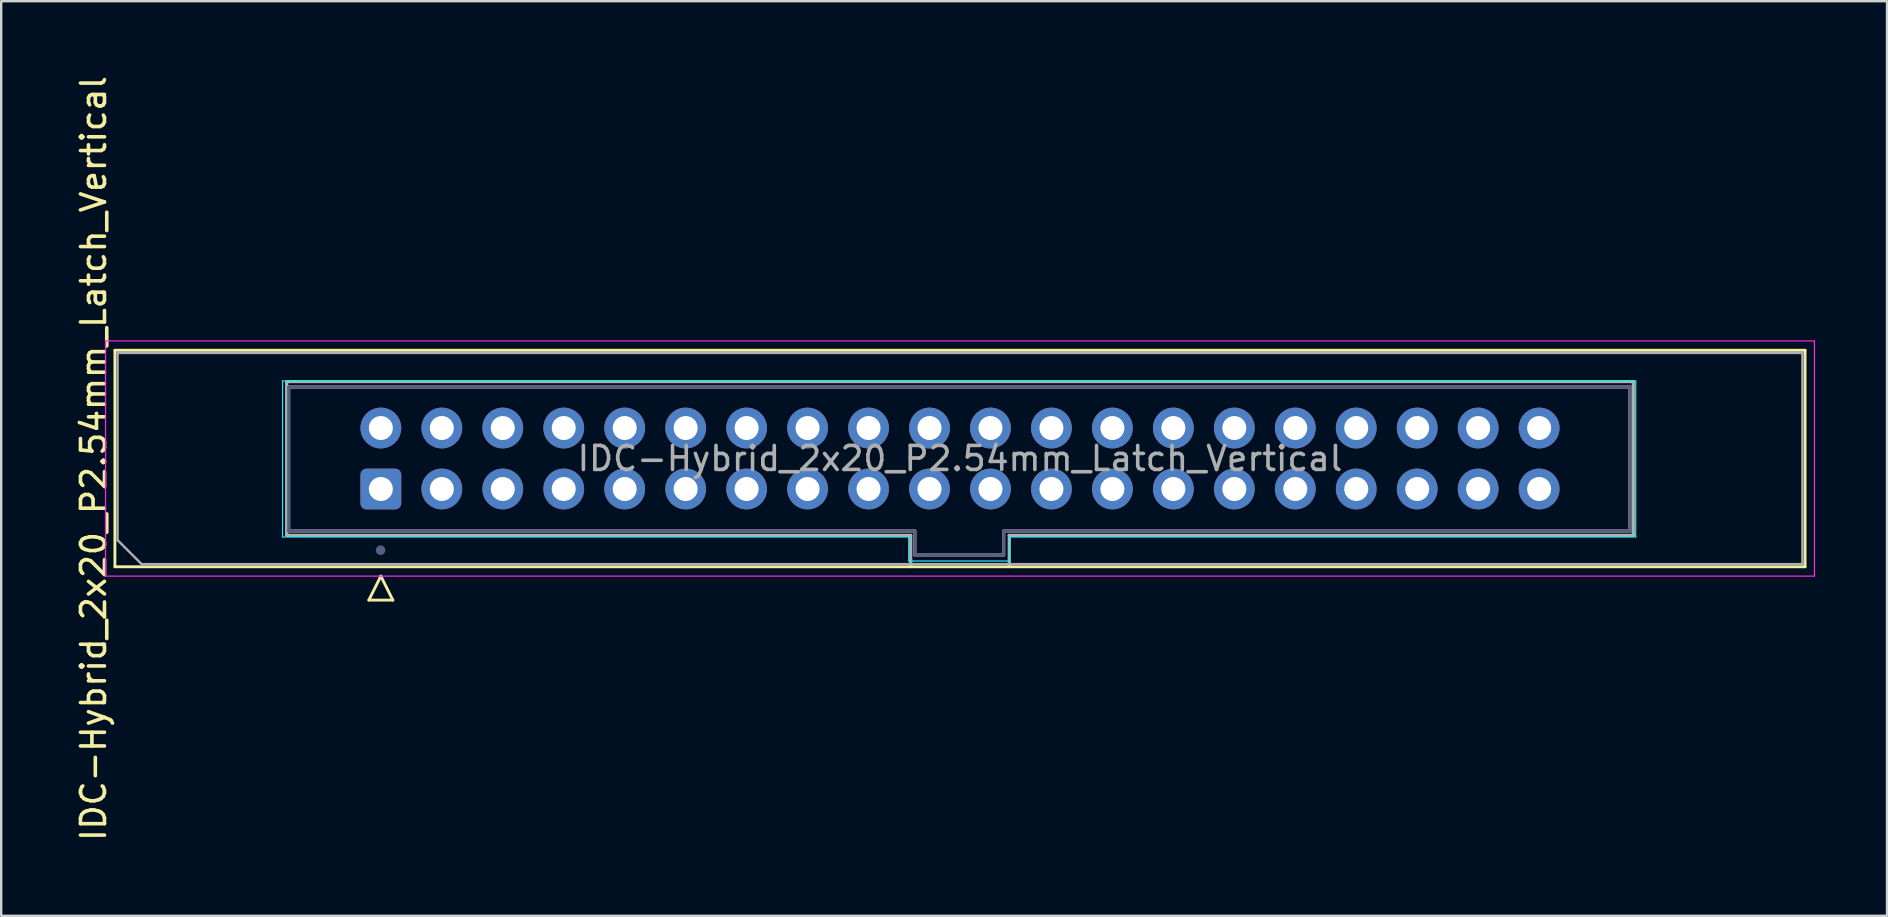
<source format=kicad_pcb>
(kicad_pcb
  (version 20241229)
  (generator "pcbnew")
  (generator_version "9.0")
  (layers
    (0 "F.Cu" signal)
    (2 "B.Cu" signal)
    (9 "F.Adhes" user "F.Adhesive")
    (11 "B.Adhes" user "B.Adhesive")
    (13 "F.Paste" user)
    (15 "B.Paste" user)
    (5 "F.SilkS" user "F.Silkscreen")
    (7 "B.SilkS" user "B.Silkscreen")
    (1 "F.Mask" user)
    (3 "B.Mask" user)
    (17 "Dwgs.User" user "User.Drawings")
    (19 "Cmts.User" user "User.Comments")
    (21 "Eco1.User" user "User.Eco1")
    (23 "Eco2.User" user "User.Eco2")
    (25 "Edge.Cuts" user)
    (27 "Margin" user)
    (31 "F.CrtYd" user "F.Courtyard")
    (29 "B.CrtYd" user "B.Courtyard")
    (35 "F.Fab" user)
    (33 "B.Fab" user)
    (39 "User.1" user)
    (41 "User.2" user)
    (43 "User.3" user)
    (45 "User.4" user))
  (footprint "IDC-Hybrid_2x20_P2.54mm_Latch_Vertical"
    (layer "F.Cu")
    (at 12.808 17.274)
    (property "Reference" "IDC-Hybrid_2x20_P2.54mm_Latch_Vertical" (at -11.96 -1.22 90) (layer "F.SilkS") (effects (font (size 1 1) (thickness 0.15))))
    (attr through_hole)
    (fp_line (start -11.07 -5.73) (end 59.35 -5.73) (stroke (width 0.12) (type solid)) (layer "F.SilkS"))
    (fp_line (start -11.07 3.29) (end -11.07 -5.73) (stroke (width 0.12) (type solid)) (layer "F.SilkS"))
    (fp_line (start -3.91 -4.42) (end 52.19 -4.42) (stroke (width 0.12) (type solid)) (layer "F.SilkS"))
    (fp_line (start -3.91 1.98) (end -3.91 -4.42) (stroke (width 0.12) (type solid)) (layer "F.SilkS"))
    (fp_line (start -0.49 4.68) (end 0.51 4.68) (stroke (width 0.12) (type solid)) (layer "F.SilkS"))
    (fp_line (start 0.01 3.68) (end -0.49 4.68) (stroke (width 0.12) (type solid)) (layer "F.SilkS"))
    (fp_line (start 0.51 4.68) (end 0.01 3.68) (stroke (width 0.12) (type solid)) (layer "F.SilkS"))
    (fp_line (start 22.09 1.98) (end -3.91 1.98) (stroke (width 0.12) (type solid)) (layer "F.SilkS"))
    (fp_line (start 22.09 3.29) (end 22.09 1.98) (stroke (width 0.12) (type solid)) (layer "F.SilkS"))
    (fp_line (start 26.19 1.98) (end 26.19 1.98) (stroke (width 0.12) (type solid)) (layer "F.SilkS"))
    (fp_line (start 26.19 1.98) (end 26.19 3.29) (stroke (width 0.12) (type solid)) (layer "F.SilkS"))
    (fp_line (start 52.19 -4.42) (end 52.19 1.98) (stroke (width 0.12) (type solid)) (layer "F.SilkS"))
    (fp_line (start 52.19 1.98) (end 26.19 1.98) (stroke (width 0.12) (type solid)) (layer "F.SilkS"))
    (fp_line (start 59.35 -5.73) (end 59.35 3.29) (stroke (width 0.12) (type solid)) (layer "F.SilkS"))
    (fp_line (start 59.35 3.29) (end -11.07 3.29) (stroke (width 0.12) (type solid)) (layer "F.SilkS"))
    (fp_line (start -3.83 -4.2) (end -3.83 1.8) (stroke (width 0.127) (type solid)) (layer "B.SilkS"))
    (fp_line (start -3.83 1.8) (end 22.26 1.8) (stroke (width 0.127) (type solid)) (layer "B.SilkS"))
    (fp_line (start 22.26 1.8) (end 22.26 2.8) (stroke (width 0.127) (type solid)) (layer "B.SilkS"))
    (fp_line (start 22.26 2.8) (end 25.96 2.8) (stroke (width 0.127) (type solid)) (layer "B.SilkS"))
    (fp_line (start 25.96 1.8) (end 52.05 1.8) (stroke (width 0.127) (type solid)) (layer "B.SilkS"))
    (fp_line (start 25.96 2.8) (end 25.96 1.8) (stroke (width 0.127) (type solid)) (layer "B.SilkS"))
    (fp_line (start 52.05 -4.2) (end -3.83 -4.2) (stroke (width 0.127) (type solid)) (layer "B.SilkS"))
    (fp_line (start 52.05 1.8) (end 52.05 -4.2) (stroke (width 0.127) (type solid)) (layer "B.SilkS"))
    (fp_line (start -4.085 -4.45) (end -4.085 2.05) (stroke (width 0.05) (type solid)) (layer "B.CrtYd"))
    (fp_line (start -4.085 2.05) (end 22.005 2.05) (stroke (width 0.05) (type solid)) (layer "B.CrtYd"))
    (fp_line (start 22.005 2.05) (end 22.005 3.05) (stroke (width 0.05) (type solid)) (layer "B.CrtYd"))
    (fp_line (start 22.005 3.05) (end 26.205 3.05) (stroke (width 0.05) (type solid)) (layer "B.CrtYd"))
    (fp_line (start 26.205 2.05) (end 52.295 2.05) (stroke (width 0.05) (type solid)) (layer "B.CrtYd"))
    (fp_line (start 26.205 3.05) (end 26.205 2.05) (stroke (width 0.05) (type solid)) (layer "B.CrtYd"))
    (fp_line (start 52.295 -4.45) (end -4.085 -4.45) (stroke (width 0.05) (type solid)) (layer "B.CrtYd"))
    (fp_line (start 52.295 2.05) (end 52.295 -4.45) (stroke (width 0.05) (type solid)) (layer "B.CrtYd"))
    (fp_line (start -11.46 -6.12) (end -11.46 3.68) (stroke (width 0.05) (type solid)) (layer "F.CrtYd"))
    (fp_line (start -11.46 3.68) (end 59.74 3.68) (stroke (width 0.05) (type solid)) (layer "F.CrtYd"))
    (fp_line (start 59.74 -6.12) (end -11.46 -6.12) (stroke (width 0.05) (type solid)) (layer "F.CrtYd"))
    (fp_line (start 59.74 3.68) (end 59.74 -6.12) (stroke (width 0.05) (type solid)) (layer "F.CrtYd"))
    (fp_line (start -3.83 -4.2) (end -3.83 1.8) (stroke (width 0.127) (type solid)) (layer "B.Fab"))
    (fp_line (start -3.83 1.8) (end 22.26 1.8) (stroke (width 0.127) (type solid)) (layer "B.Fab"))
    (fp_line (start 22.26 1.8) (end 22.26 2.8) (stroke (width 0.127) (type solid)) (layer "B.Fab"))
    (fp_line (start 22.26 2.8) (end 25.96 2.8) (stroke (width 0.127) (type solid)) (layer "B.Fab"))
    (fp_line (start 25.96 1.8) (end 52.05 1.8) (stroke (width 0.127) (type solid)) (layer "B.Fab"))
    (fp_line (start 25.96 2.8) (end 25.96 1.8) (stroke (width 0.127) (type solid)) (layer "B.Fab"))
    (fp_line (start 52.05 -4.2) (end -3.83 -4.2) (stroke (width 0.127) (type solid)) (layer "B.Fab"))
    (fp_line (start 52.05 1.8) (end 52.05 -4.2) (stroke (width 0.127) (type solid)) (layer "B.Fab"))
    (fp_circle (center 0 2.6) (end 0.1 2.6) (stroke (width 0.2) (type solid)) (fill no) (layer "B.Fab"))
    (fp_line (start -10.96 -5.62) (end 59.24 -5.62) (stroke (width 0.1) (type solid)) (layer "F.Fab"))
    (fp_line (start -10.96 2.18) (end -10.96 -5.62) (stroke (width 0.1) (type solid)) (layer "F.Fab"))
    (fp_line (start -9.96 3.18) (end -10.96 2.18) (stroke (width 0.1) (type solid)) (layer "F.Fab"))
    (fp_line (start -3.91 -4.42) (end 52.19 -4.42) (stroke (width 0.1) (type solid)) (layer "F.Fab"))
    (fp_line (start -3.91 1.98) (end -3.91 -4.42) (stroke (width 0.1) (type solid)) (layer "F.Fab"))
    (fp_line (start 22.09 1.98) (end -3.91 1.98) (stroke (width 0.1) (type solid)) (layer "F.Fab"))
    (fp_line (start 22.09 3.18) (end 22.09 1.98) (stroke (width 0.1) (type solid)) (layer "F.Fab"))
    (fp_line (start 26.19 1.98) (end 26.19 1.98) (stroke (width 0.1) (type solid)) (layer "F.Fab"))
    (fp_line (start 26.19 1.98) (end 26.19 3.18) (stroke (width 0.1) (type solid)) (layer "F.Fab"))
    (fp_line (start 52.19 -4.42) (end 52.19 1.98) (stroke (width 0.1) (type solid)) (layer "F.Fab"))
    (fp_line (start 52.19 1.98) (end 26.19 1.98) (stroke (width 0.1) (type solid)) (layer "F.Fab"))
    (fp_line (start 59.24 -5.62) (end 59.24 3.18) (stroke (width 0.1) (type solid)) (layer "F.Fab"))
    (fp_line (start 59.24 3.18) (end -9.96 3.18) (stroke (width 0.1) (type solid)) (layer "F.Fab"))
    (fp_text user "${REFERENCE}" (at 24.14 -1.22 180) (layer "F.Fab") (effects (font (size 1 1) (thickness 0.15))))
    (pad "1" thru_hole roundrect (at 0.01 0.05 90) (size 1.7 1.7) (drill 1) (layers "*.Cu" "*.Mask") (roundrect_rratio 0.147))
    (pad "2" thru_hole circle (at 0.01 -2.49 90) (size 1.7 1.7) (drill 1) (layers "*.Cu" "*.Mask"))
    (pad "3" thru_hole circle (at 2.55 0.05 90) (size 1.7 1.7) (drill 1) (layers "*.Cu" "*.Mask"))
    (pad "4" thru_hole circle (at 2.55 -2.49 90) (size 1.7 1.7) (drill 1) (layers "*.Cu" "*.Mask"))
    (pad "5" thru_hole circle (at 5.09 0.05 90) (size 1.7 1.7) (drill 1) (layers "*.Cu" "*.Mask"))
    (pad "6" thru_hole circle (at 5.09 -2.49 90) (size 1.7 1.7) (drill 1) (layers "*.Cu" "*.Mask"))
    (pad "7" thru_hole circle (at 7.63 0.05 90) (size 1.7 1.7) (drill 1) (layers "*.Cu" "*.Mask"))
    (pad "8" thru_hole circle (at 7.63 -2.49 90) (size 1.7 1.7) (drill 1) (layers "*.Cu" "*.Mask"))
    (pad "9" thru_hole circle (at 10.17 0.05 90) (size 1.7 1.7) (drill 1) (layers "*.Cu" "*.Mask"))
    (pad "10" thru_hole circle (at 10.17 -2.49 90) (size 1.7 1.7) (drill 1) (layers "*.Cu" "*.Mask"))
    (pad "11" thru_hole circle (at 12.71 0.05 90) (size 1.7 1.7) (drill 1) (layers "*.Cu" "*.Mask"))
    (pad "12" thru_hole circle (at 12.71 -2.49 90) (size 1.7 1.7) (drill 1) (layers "*.Cu" "*.Mask"))
    (pad "13" thru_hole circle (at 15.25 0.05 90) (size 1.7 1.7) (drill 1) (layers "*.Cu" "*.Mask"))
    (pad "14" thru_hole circle (at 15.25 -2.49 90) (size 1.7 1.7) (drill 1) (layers "*.Cu" "*.Mask"))
    (pad "15" thru_hole circle (at 17.79 0.05 90) (size 1.7 1.7) (drill 1) (layers "*.Cu" "*.Mask"))
    (pad "16" thru_hole circle (at 17.79 -2.49 90) (size 1.7 1.7) (drill 1) (layers "*.Cu" "*.Mask"))
    (pad "17" thru_hole circle (at 20.33 0.05 90) (size 1.7 1.7) (drill 1) (layers "*.Cu" "*.Mask"))
    (pad "18" thru_hole circle (at 20.33 -2.49 90) (size 1.7 1.7) (drill 1) (layers "*.Cu" "*.Mask"))
    (pad "19" thru_hole circle (at 22.87 0.05 90) (size 1.7 1.7) (drill 1) (layers "*.Cu" "*.Mask"))
    (pad "20" thru_hole circle (at 22.87 -2.49 90) (size 1.7 1.7) (drill 1) (layers "*.Cu" "*.Mask"))
    (pad "21" thru_hole circle (at 25.41 0.05 90) (size 1.7 1.7) (drill 1) (layers "*.Cu" "*.Mask"))
    (pad "22" thru_hole circle (at 25.41 -2.49 90) (size 1.7 1.7) (drill 1) (layers "*.Cu" "*.Mask"))
    (pad "23" thru_hole circle (at 27.95 0.05 90) (size 1.7 1.7) (drill 1) (layers "*.Cu" "*.Mask"))
    (pad "24" thru_hole circle (at 27.95 -2.49 90) (size 1.7 1.7) (drill 1) (layers "*.Cu" "*.Mask"))
    (pad "25" thru_hole circle (at 30.49 0.05 90) (size 1.7 1.7) (drill 1) (layers "*.Cu" "*.Mask"))
    (pad "26" thru_hole circle (at 30.49 -2.49 90) (size 1.7 1.7) (drill 1) (layers "*.Cu" "*.Mask"))
    (pad "27" thru_hole circle (at 33.03 0.05 90) (size 1.7 1.7) (drill 1) (layers "*.Cu" "*.Mask"))
    (pad "28" thru_hole circle (at 33.03 -2.49 90) (size 1.7 1.7) (drill 1) (layers "*.Cu" "*.Mask"))
    (pad "29" thru_hole circle (at 35.57 0.05 90) (size 1.7 1.7) (drill 1) (layers "*.Cu" "*.Mask"))
    (pad "30" thru_hole circle (at 35.57 -2.49 90) (size 1.7 1.7) (drill 1) (layers "*.Cu" "*.Mask"))
    (pad "31" thru_hole circle (at 38.11 0.05 90) (size 1.7 1.7) (drill 1) (layers "*.Cu" "*.Mask"))
    (pad "32" thru_hole circle (at 38.11 -2.49 90) (size 1.7 1.7) (drill 1) (layers "*.Cu" "*.Mask"))
    (pad "33" thru_hole circle (at 40.65 0.05 90) (size 1.7 1.7) (drill 1) (layers "*.Cu" "*.Mask"))
    (pad "34" thru_hole circle (at 40.65 -2.49 90) (size 1.7 1.7) (drill 1) (layers "*.Cu" "*.Mask"))
    (pad "35" thru_hole circle (at 43.19 0.05 90) (size 1.7 1.7) (drill 1) (layers "*.Cu" "*.Mask"))
    (pad "36" thru_hole circle (at 43.19 -2.49 90) (size 1.7 1.7) (drill 1) (layers "*.Cu" "*.Mask"))
    (pad "37" thru_hole circle (at 45.73 0.05 90) (size 1.7 1.7) (drill 1) (layers "*.Cu" "*.Mask"))
    (pad "38" thru_hole circle (at 45.73 -2.49 90) (size 1.7 1.7) (drill 1) (layers "*.Cu" "*.Mask"))
    (pad "39" thru_hole circle (at 48.27 0.05 90) (size 1.7 1.7) (drill 1) (layers "*.Cu" "*.Mask"))
    (pad "40" thru_hole circle (at 48.27 -2.49 90) (size 1.7 1.7) (drill 1) (layers "*.Cu" "*.Mask")))
  (gr_rect
    (start -3 -3)
    (end 75.573 35.107)
    (stroke (width 0.1) (type default))
    (fill no)
    (layer "Edge.Cuts")))
</source>
